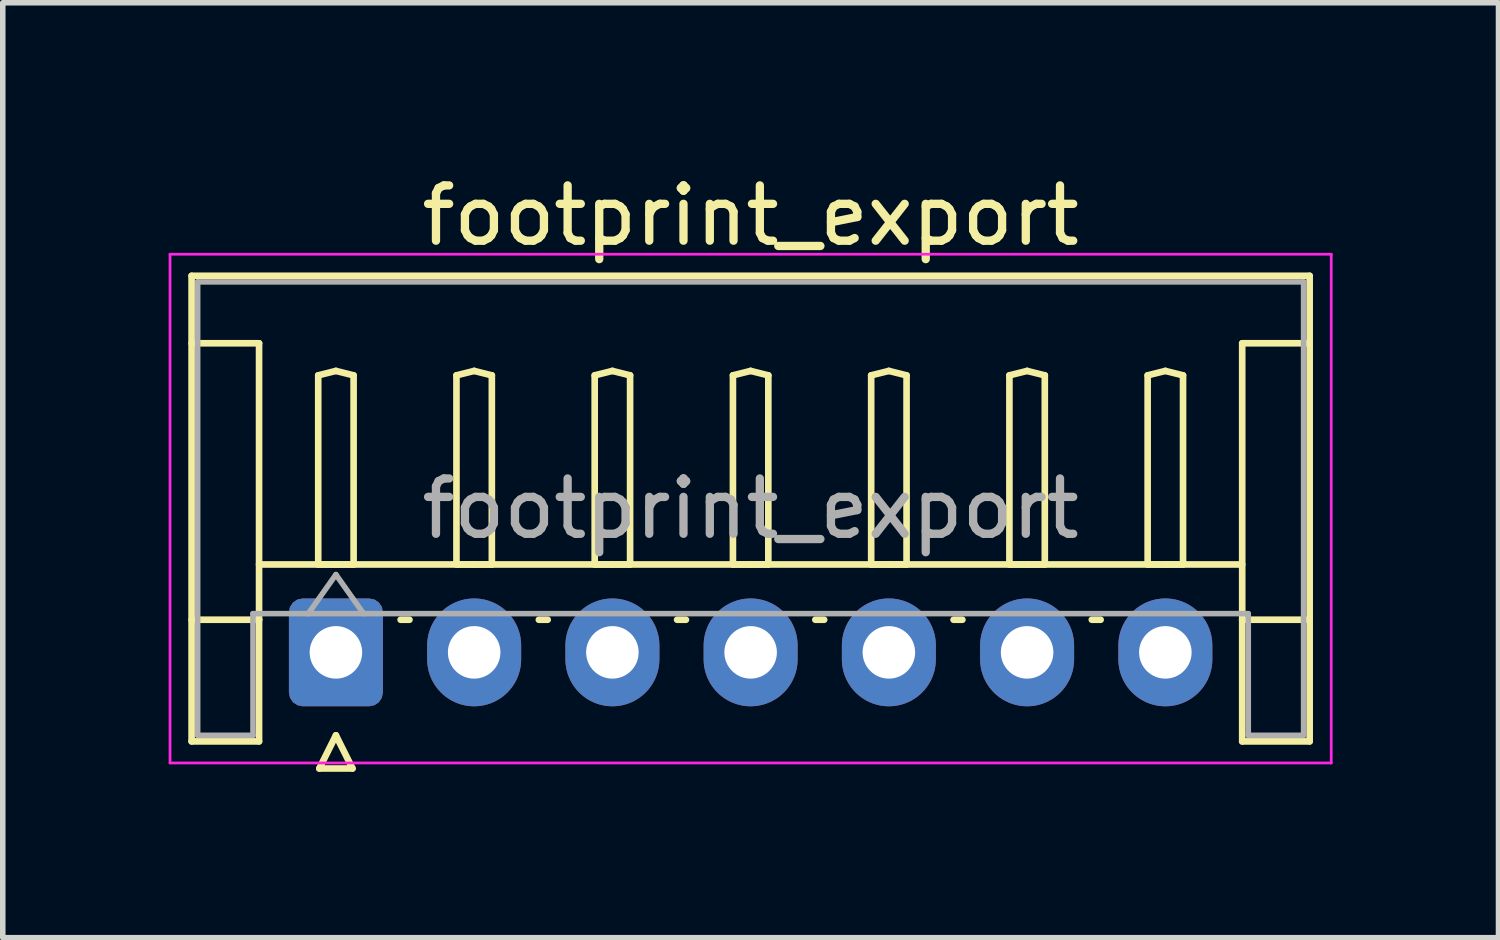
<source format=kicad_pcb>
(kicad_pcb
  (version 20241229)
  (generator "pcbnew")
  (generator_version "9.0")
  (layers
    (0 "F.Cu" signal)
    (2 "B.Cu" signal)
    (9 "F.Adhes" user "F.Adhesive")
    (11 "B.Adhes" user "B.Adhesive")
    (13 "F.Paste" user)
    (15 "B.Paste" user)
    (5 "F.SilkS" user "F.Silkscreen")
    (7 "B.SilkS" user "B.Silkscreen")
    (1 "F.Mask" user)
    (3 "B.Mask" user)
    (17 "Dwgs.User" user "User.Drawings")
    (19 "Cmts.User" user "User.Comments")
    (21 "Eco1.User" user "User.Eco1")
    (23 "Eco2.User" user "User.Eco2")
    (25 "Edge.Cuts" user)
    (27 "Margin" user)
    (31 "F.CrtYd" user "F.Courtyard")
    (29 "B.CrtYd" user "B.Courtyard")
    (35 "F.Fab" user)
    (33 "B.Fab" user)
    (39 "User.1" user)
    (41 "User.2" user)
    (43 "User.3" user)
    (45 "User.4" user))
  (footprint "footprint_export"
    (layer "F.Cu")
    (at 3.025 8.748)
    (property "Reference" "footprint_export" (at 7.5 -7.9 0) (layer "F.SilkS") (effects (font (size 1 1) (thickness 0.15))))
    (attr through_hole)
    (fp_line (start -2.61 -6.81) (end 17.61 -6.81) (stroke (width 0.12) (type solid)) (layer "F.SilkS"))
    (fp_line (start -2.61 -5.59) (end -1.39 -5.59) (stroke (width 0.12) (type solid)) (layer "F.SilkS"))
    (fp_line (start -2.61 1.61) (end -2.61 -6.81) (stroke (width 0.12) (type solid)) (layer "F.SilkS"))
    (fp_line (start -1.39 -5.59) (end -1.39 -0.59) (stroke (width 0.12) (type solid)) (layer "F.SilkS"))
    (fp_line (start -1.39 -1.59) (end 16.39 -1.59) (stroke (width 0.12) (type solid)) (layer "F.SilkS"))
    (fp_line (start -1.39 -0.59) (end -2.61 -0.59) (stroke (width 0.12) (type solid)) (layer "F.SilkS"))
    (fp_line (start -1.39 -0.59) (end -1.39 1.61) (stroke (width 0.12) (type solid)) (layer "F.SilkS"))
    (fp_line (start -1.39 1.61) (end -2.61 1.61) (stroke (width 0.12) (type solid)) (layer "F.SilkS"))
    (fp_line (start -0.32 -5.01) (end 0 -5.09) (stroke (width 0.12) (type solid)) (layer "F.SilkS"))
    (fp_line (start -0.32 -1.59) (end -0.32 -5.01) (stroke (width 0.12) (type solid)) (layer "F.SilkS"))
    (fp_line (start -0.3 2.1) (end 0.3 2.1) (stroke (width 0.12) (type solid)) (layer "F.SilkS"))
    (fp_line (start 0 -5.09) (end 0.32 -5.01) (stroke (width 0.12) (type solid)) (layer "F.SilkS"))
    (fp_line (start 0 -1.59) (end -0.32 -1.59) (stroke (width 0.12) (type solid)) (layer "F.SilkS"))
    (fp_line (start 0 1.5) (end -0.3 2.1) (stroke (width 0.12) (type solid)) (layer "F.SilkS"))
    (fp_line (start 0.3 2.1) (end 0 1.5) (stroke (width 0.12) (type solid)) (layer "F.SilkS"))
    (fp_line (start 0.32 -5.01) (end 0.32 -1.59) (stroke (width 0.12) (type solid)) (layer "F.SilkS"))
    (fp_line (start 0.32 -1.59) (end 0 -1.59) (stroke (width 0.12) (type solid)) (layer "F.SilkS"))
    (fp_line (start 1.17 -0.59) (end 1.33 -0.59) (stroke (width 0.12) (type solid)) (layer "F.SilkS"))
    (fp_line (start 2.18 -5.01) (end 2.5 -5.09) (stroke (width 0.12) (type solid)) (layer "F.SilkS"))
    (fp_line (start 2.18 -1.59) (end 2.18 -5.01) (stroke (width 0.12) (type solid)) (layer "F.SilkS"))
    (fp_line (start 2.5 -5.09) (end 2.82 -5.01) (stroke (width 0.12) (type solid)) (layer "F.SilkS"))
    (fp_line (start 2.5 -1.59) (end 2.18 -1.59) (stroke (width 0.12) (type solid)) (layer "F.SilkS"))
    (fp_line (start 2.82 -5.01) (end 2.82 -1.59) (stroke (width 0.12) (type solid)) (layer "F.SilkS"))
    (fp_line (start 2.82 -1.59) (end 2.5 -1.59) (stroke (width 0.12) (type solid)) (layer "F.SilkS"))
    (fp_line (start 3.67 -0.59) (end 3.83 -0.59) (stroke (width 0.12) (type solid)) (layer "F.SilkS"))
    (fp_line (start 4.68 -5.01) (end 5 -5.09) (stroke (width 0.12) (type solid)) (layer "F.SilkS"))
    (fp_line (start 4.68 -1.59) (end 4.68 -5.01) (stroke (width 0.12) (type solid)) (layer "F.SilkS"))
    (fp_line (start 5 -5.09) (end 5.32 -5.01) (stroke (width 0.12) (type solid)) (layer "F.SilkS"))
    (fp_line (start 5 -1.59) (end 4.68 -1.59) (stroke (width 0.12) (type solid)) (layer "F.SilkS"))
    (fp_line (start 5.32 -5.01) (end 5.32 -1.59) (stroke (width 0.12) (type solid)) (layer "F.SilkS"))
    (fp_line (start 5.32 -1.59) (end 5 -1.59) (stroke (width 0.12) (type solid)) (layer "F.SilkS"))
    (fp_line (start 6.17 -0.59) (end 6.33 -0.59) (stroke (width 0.12) (type solid)) (layer "F.SilkS"))
    (fp_line (start 7.18 -5.01) (end 7.5 -5.09) (stroke (width 0.12) (type solid)) (layer "F.SilkS"))
    (fp_line (start 7.18 -1.59) (end 7.18 -5.01) (stroke (width 0.12) (type solid)) (layer "F.SilkS"))
    (fp_line (start 7.5 -5.09) (end 7.82 -5.01) (stroke (width 0.12) (type solid)) (layer "F.SilkS"))
    (fp_line (start 7.5 -1.59) (end 7.18 -1.59) (stroke (width 0.12) (type solid)) (layer "F.SilkS"))
    (fp_line (start 7.82 -5.01) (end 7.82 -1.59) (stroke (width 0.12) (type solid)) (layer "F.SilkS"))
    (fp_line (start 7.82 -1.59) (end 7.5 -1.59) (stroke (width 0.12) (type solid)) (layer "F.SilkS"))
    (fp_line (start 8.67 -0.59) (end 8.83 -0.59) (stroke (width 0.12) (type solid)) (layer "F.SilkS"))
    (fp_line (start 9.68 -5.01) (end 10 -5.09) (stroke (width 0.12) (type solid)) (layer "F.SilkS"))
    (fp_line (start 9.68 -1.59) (end 9.68 -5.01) (stroke (width 0.12) (type solid)) (layer "F.SilkS"))
    (fp_line (start 10 -5.09) (end 10.32 -5.01) (stroke (width 0.12) (type solid)) (layer "F.SilkS"))
    (fp_line (start 10 -1.59) (end 9.68 -1.59) (stroke (width 0.12) (type solid)) (layer "F.SilkS"))
    (fp_line (start 10.32 -5.01) (end 10.32 -1.59) (stroke (width 0.12) (type solid)) (layer "F.SilkS"))
    (fp_line (start 10.32 -1.59) (end 10 -1.59) (stroke (width 0.12) (type solid)) (layer "F.SilkS"))
    (fp_line (start 11.17 -0.59) (end 11.33 -0.59) (stroke (width 0.12) (type solid)) (layer "F.SilkS"))
    (fp_line (start 12.18 -5.01) (end 12.5 -5.09) (stroke (width 0.12) (type solid)) (layer "F.SilkS"))
    (fp_line (start 12.18 -1.59) (end 12.18 -5.01) (stroke (width 0.12) (type solid)) (layer "F.SilkS"))
    (fp_line (start 12.5 -5.09) (end 12.82 -5.01) (stroke (width 0.12) (type solid)) (layer "F.SilkS"))
    (fp_line (start 12.5 -1.59) (end 12.18 -1.59) (stroke (width 0.12) (type solid)) (layer "F.SilkS"))
    (fp_line (start 12.82 -5.01) (end 12.82 -1.59) (stroke (width 0.12) (type solid)) (layer "F.SilkS"))
    (fp_line (start 12.82 -1.59) (end 12.5 -1.59) (stroke (width 0.12) (type solid)) (layer "F.SilkS"))
    (fp_line (start 13.67 -0.59) (end 13.83 -0.59) (stroke (width 0.12) (type solid)) (layer "F.SilkS"))
    (fp_line (start 14.68 -5.01) (end 15 -5.09) (stroke (width 0.12) (type solid)) (layer "F.SilkS"))
    (fp_line (start 14.68 -1.59) (end 14.68 -5.01) (stroke (width 0.12) (type solid)) (layer "F.SilkS"))
    (fp_line (start 15 -5.09) (end 15.32 -5.01) (stroke (width 0.12) (type solid)) (layer "F.SilkS"))
    (fp_line (start 15 -1.59) (end 14.68 -1.59) (stroke (width 0.12) (type solid)) (layer "F.SilkS"))
    (fp_line (start 15.32 -5.01) (end 15.32 -1.59) (stroke (width 0.12) (type solid)) (layer "F.SilkS"))
    (fp_line (start 15.32 -1.59) (end 15 -1.59) (stroke (width 0.12) (type solid)) (layer "F.SilkS"))
    (fp_line (start 16.39 -5.59) (end 16.39 -0.59) (stroke (width 0.12) (type solid)) (layer "F.SilkS"))
    (fp_line (start 16.39 -0.59) (end 17.61 -0.59) (stroke (width 0.12) (type solid)) (layer "F.SilkS"))
    (fp_line (start 16.39 1.61) (end 16.39 -0.59) (stroke (width 0.12) (type solid)) (layer "F.SilkS"))
    (fp_line (start 17.61 -6.81) (end 17.61 1.61) (stroke (width 0.12) (type solid)) (layer "F.SilkS"))
    (fp_line (start 17.61 -5.59) (end 16.39 -5.59) (stroke (width 0.12) (type solid)) (layer "F.SilkS"))
    (fp_line (start 17.61 1.61) (end 16.39 1.61) (stroke (width 0.12) (type solid)) (layer "F.SilkS"))
    (fp_line (start -3 -7.2) (end -3 2) (stroke (width 0.05) (type solid)) (layer "F.CrtYd"))
    (fp_line (start -3 2) (end 18 2) (stroke (width 0.05) (type solid)) (layer "F.CrtYd"))
    (fp_line (start 18 -7.2) (end -3 -7.2) (stroke (width 0.05) (type solid)) (layer "F.CrtYd"))
    (fp_line (start 18 2) (end 18 -7.2) (stroke (width 0.05) (type solid)) (layer "F.CrtYd"))
    (fp_line (start -2.5 -6.7) (end 17.5 -6.7) (stroke (width 0.1) (type solid)) (layer "F.Fab"))
    (fp_line (start -2.5 1.5) (end -2.5 -6.7) (stroke (width 0.1) (type solid)) (layer "F.Fab"))
    (fp_line (start -1.5 -0.7) (end -1.5 1.5) (stroke (width 0.1) (type solid)) (layer "F.Fab"))
    (fp_line (start -1.5 1.5) (end -2.5 1.5) (stroke (width 0.1) (type solid)) (layer "F.Fab"))
    (fp_line (start -0.5 -0.7) (end 0 -1.407) (stroke (width 0.1) (type solid)) (layer "F.Fab"))
    (fp_line (start 0 -1.407) (end 0.5 -0.7) (stroke (width 0.1) (type solid)) (layer "F.Fab"))
    (fp_line (start 16.5 -0.7) (end -1.5 -0.7) (stroke (width 0.1) (type solid)) (layer "F.Fab"))
    (fp_line (start 16.5 1.5) (end 16.5 -0.7) (stroke (width 0.1) (type solid)) (layer "F.Fab"))
    (fp_line (start 17.5 -6.7) (end 17.5 1.5) (stroke (width 0.1) (type solid)) (layer "F.Fab"))
    (fp_line (start 17.5 1.5) (end 16.5 1.5) (stroke (width 0.1) (type solid)) (layer "F.Fab"))
    (fp_text user "${REFERENCE}" (at 7.5 -2.6 0) (layer "F.Fab") (effects (font (size 1 1) (thickness 0.15))))
    (pad "1" thru_hole roundrect (at 0 0) (size 1.7 1.95) (drill 0.95) (layers "*.Cu" "*.Mask") (roundrect_rratio 0.147))
    (pad "2" thru_hole oval (at 2.5 0) (size 1.7 1.95) (drill 0.95) (layers "*.Cu" "*.Mask"))
    (pad "3" thru_hole oval (at 5 0) (size 1.7 1.95) (drill 0.95) (layers "*.Cu" "*.Mask"))
    (pad "4" thru_hole oval (at 7.5 0) (size 1.7 1.95) (drill 0.95) (layers "*.Cu" "*.Mask"))
    (pad "5" thru_hole oval (at 10 0) (size 1.7 1.95) (drill 0.95) (layers "*.Cu" "*.Mask"))
    (pad "6" thru_hole oval (at 12.5 0) (size 1.7 1.95) (drill 0.95) (layers "*.Cu" "*.Mask"))
    (pad "7" thru_hole oval (at 15 0) (size 1.7 1.95) (drill 0.95) (layers "*.Cu" "*.Mask")))
  (gr_rect
    (start -3 -3)
    (end 24.05 13.908)
    (stroke (width 0.1) (type default))
    (fill no)
    (layer "Edge.Cuts")))
</source>
